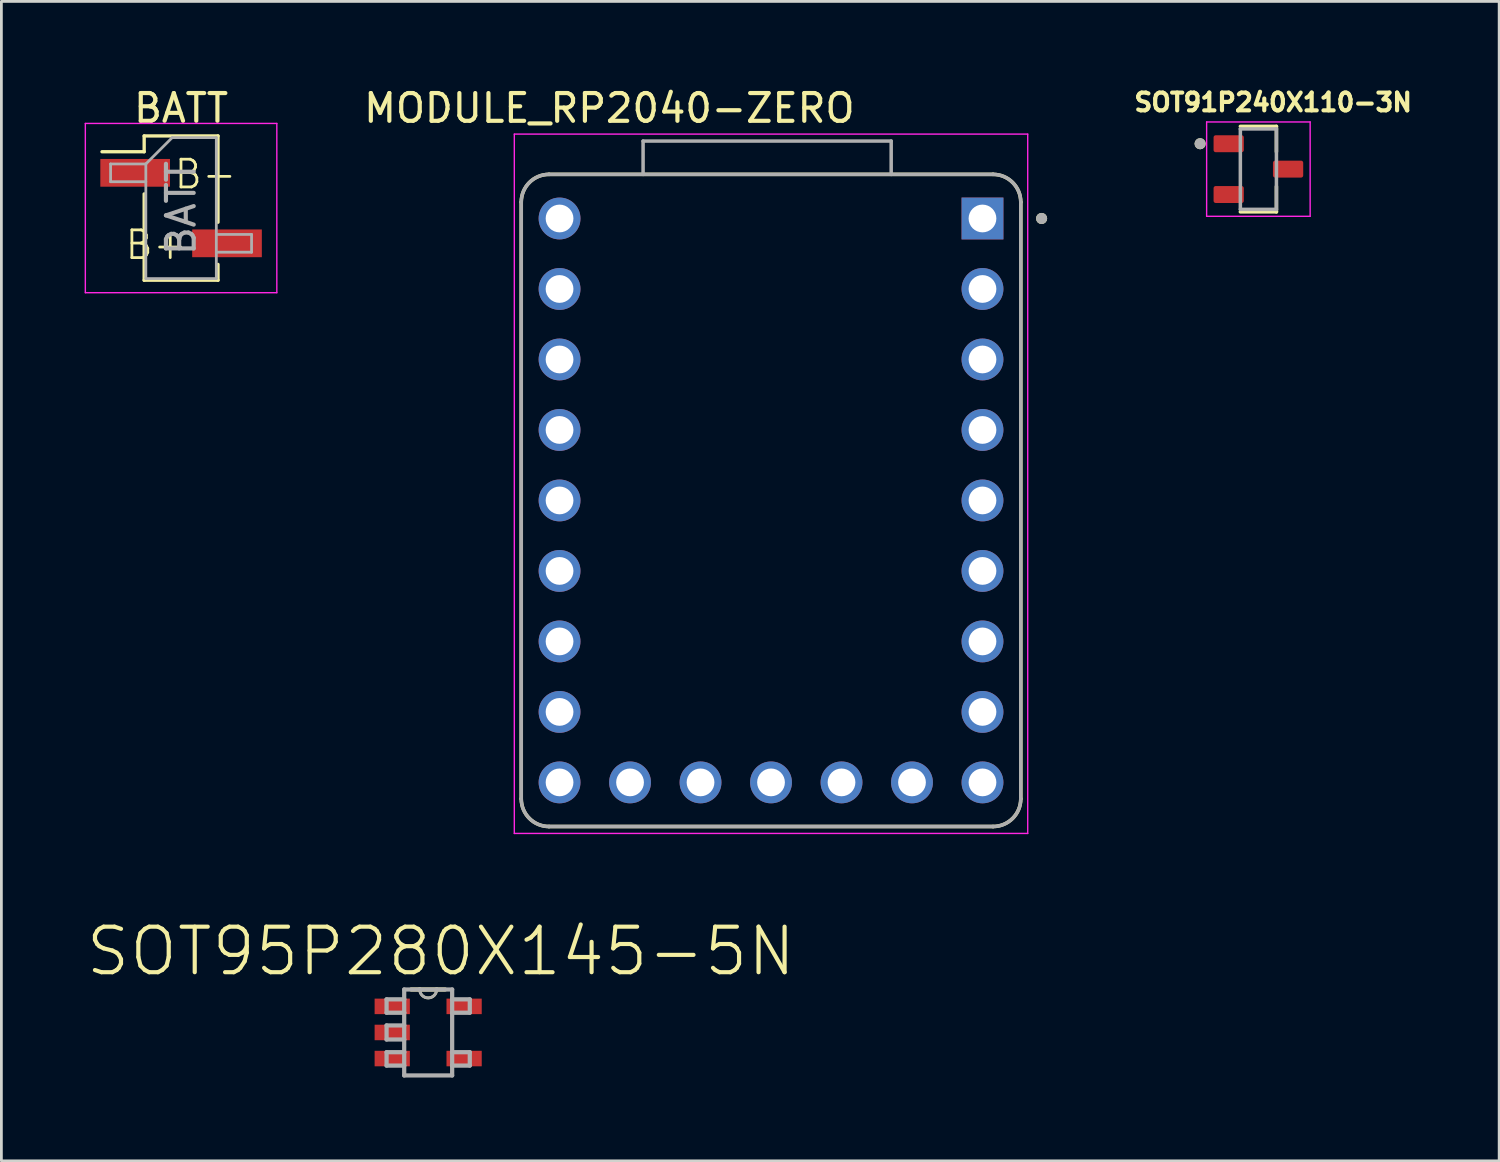
<source format=kicad_pcb>
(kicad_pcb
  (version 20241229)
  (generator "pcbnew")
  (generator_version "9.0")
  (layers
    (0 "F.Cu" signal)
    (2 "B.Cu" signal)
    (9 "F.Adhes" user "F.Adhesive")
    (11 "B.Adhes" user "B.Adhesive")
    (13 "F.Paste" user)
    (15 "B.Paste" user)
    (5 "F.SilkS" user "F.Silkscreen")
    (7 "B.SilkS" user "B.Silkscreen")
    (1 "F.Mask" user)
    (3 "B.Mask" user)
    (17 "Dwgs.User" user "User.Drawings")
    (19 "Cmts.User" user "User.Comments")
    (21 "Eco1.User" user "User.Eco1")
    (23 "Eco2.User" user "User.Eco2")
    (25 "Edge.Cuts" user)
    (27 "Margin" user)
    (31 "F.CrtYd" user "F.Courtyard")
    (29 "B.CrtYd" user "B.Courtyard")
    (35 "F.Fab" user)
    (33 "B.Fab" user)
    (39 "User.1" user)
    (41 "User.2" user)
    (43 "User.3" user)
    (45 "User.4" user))
  (footprint "BATT"
    (layer "F.Cu")
    (at 3.475 4.448)
    (property "Reference" "BATT" (at 0 -3.6 0) (layer "F.SilkS") (effects (font (size 1 1) (thickness 0.15))))
    (attr smd)
    (fp_line (start -1.33 -2.6) (end -1.33 -2.03) (stroke (width 0.12) (type solid)) (layer "F.SilkS"))
    (fp_line (start -1.33 -2.6) (end 1.33 -2.6) (stroke (width 0.12) (type solid)) (layer "F.SilkS"))
    (fp_line (start -1.33 -2.03) (end -2.85 -2.03) (stroke (width 0.12) (type solid)) (layer "F.SilkS"))
    (fp_line (start -1.33 -0.51) (end -1.33 2.6) (stroke (width 0.12) (type solid)) (layer "F.SilkS"))
    (fp_line (start -1.33 2.6) (end 1.33 2.6) (stroke (width 0.12) (type solid)) (layer "F.SilkS"))
    (fp_line (start 1.33 -2.6) (end 1.33 0.51) (stroke (width 0.12) (type solid)) (layer "F.SilkS"))
    (fp_line (start 1.33 2.03) (end 1.33 2.6) (stroke (width 0.12) (type solid)) (layer "F.SilkS"))
    (fp_line (start -3.45 -3.05) (end -3.45 3.05) (stroke (width 0.05) (type solid)) (layer "F.CrtYd"))
    (fp_line (start -3.45 3.05) (end 3.45 3.05) (stroke (width 0.05) (type solid)) (layer "F.CrtYd"))
    (fp_line (start 3.45 -3.05) (end -3.45 -3.05) (stroke (width 0.05) (type solid)) (layer "F.CrtYd"))
    (fp_line (start 3.45 3.05) (end 3.45 -3.05) (stroke (width 0.05) (type solid)) (layer "F.CrtYd"))
    (fp_line (start -2.54 -1.59) (end -2.54 -0.95) (stroke (width 0.1) (type solid)) (layer "F.Fab"))
    (fp_line (start -2.54 -0.95) (end -1.27 -0.95) (stroke (width 0.1) (type solid)) (layer "F.Fab"))
    (fp_line (start -1.27 -1.59) (end -2.54 -1.59) (stroke (width 0.1) (type solid)) (layer "F.Fab"))
    (fp_line (start -1.27 -1.59) (end -0.32 -2.54) (stroke (width 0.1) (type solid)) (layer "F.Fab"))
    (fp_line (start -1.27 2.54) (end -1.27 -1.59) (stroke (width 0.1) (type solid)) (layer "F.Fab"))
    (fp_line (start -0.32 -2.54) (end 1.27 -2.54) (stroke (width 0.1) (type solid)) (layer "F.Fab"))
    (fp_line (start 1.27 -2.54) (end 1.27 2.54) (stroke (width 0.1) (type solid)) (layer "F.Fab"))
    (fp_line (start 1.27 0.95) (end 2.54 0.95) (stroke (width 0.1) (type solid)) (layer "F.Fab"))
    (fp_line (start 1.27 2.54) (end -1.27 2.54) (stroke (width 0.1) (type solid)) (layer "F.Fab"))
    (fp_line (start 2.54 0.95) (end 2.54 1.59) (stroke (width 0.1) (type solid)) (layer "F.Fab"))
    (fp_line (start 2.54 1.59) (end 1.27 1.59) (stroke (width 0.1) (type solid)) (layer "F.Fab"))
    (fp_text user "B-" (at -0.307 -0.634 0) (unlocked yes) (layer "F.SilkS") (effects (font (size 1 1) (thickness 0.1)) (justify left bottom)))
    (fp_text user "B+" (at -2.076 1.912 0) (unlocked yes) (layer "F.SilkS") (effects (font (size 1 1) (thickness 0.1)) (justify left bottom)))
    (fp_text user "${REFERENCE}" (at 0 0 90) (layer "F.Fab") (effects (font (size 1 1) (thickness 0.15))))
    (pad "1" smd rect (at -1.655 -1.27) (size 2.51 1) (layers "F.Cu" "F.Mask" "F.Paste"))
    (pad "2" smd rect (at 1.655 1.27) (size 2.51 1) (layers "F.Cu" "F.Mask" "F.Paste")))
  (footprint "MODULE_RP2040-ZERO"
    (layer "F.Cu")
    (at 24.733 14.983)
    (property "Reference" "MODULE_RP2040-ZERO" (at -5.825 -14.135 0) (layer "F.SilkS") (effects (font (size 1 1) (thickness 0.15))))
    (attr through_hole)
    (fp_line (start -9 -10.75) (end -9 10.75) (stroke (width 0.127) (type solid)) (layer "F.SilkS"))
    (fp_line (start -8 11.75) (end 8 11.75) (stroke (width 0.127) (type solid)) (layer "F.SilkS"))
    (fp_line (start 8 -11.75) (end -8 -11.75) (stroke (width 0.127) (type solid)) (layer "F.SilkS"))
    (fp_line (start 9 10.75) (end 9 -10.75) (stroke (width 0.127) (type solid)) (layer "F.SilkS"))
    (fp_arc (start -9 -10.75) (mid -8.707107 -11.457107) (end -8 -11.75) (stroke (width 0.127) (type solid)) (layer "F.SilkS"))
    (fp_arc (start -8 11.75) (mid -8.707107 11.457107) (end -9 10.75) (stroke (width 0.127) (type solid)) (layer "F.SilkS"))
    (fp_arc (start 8 -11.75) (mid 8.707107 -11.457107) (end 9 -10.75) (stroke (width 0.127) (type solid)) (layer "F.SilkS"))
    (fp_arc (start 9 10.75) (mid 8.707107 11.457107) (end 8 11.75) (stroke (width 0.127) (type solid)) (layer "F.SilkS"))
    (fp_circle (center 9.75 -10.16) (end 9.85 -10.16) (stroke (width 0.2) (type solid)) (fill no) (layer "F.SilkS"))
    (fp_line (start -9.25 -13.2) (end -9.25 12) (stroke (width 0.05) (type solid)) (layer "F.CrtYd"))
    (fp_line (start -9.25 12) (end 9.25 12) (stroke (width 0.05) (type solid)) (layer "F.CrtYd"))
    (fp_line (start 9.25 -13.2) (end -9.25 -13.2) (stroke (width 0.05) (type solid)) (layer "F.CrtYd"))
    (fp_line (start 9.25 12) (end 9.25 -13.2) (stroke (width 0.05) (type solid)) (layer "F.CrtYd"))
    (fp_line (start -9 -10.75) (end -9 10.75) (stroke (width 0.127) (type solid)) (layer "F.Fab"))
    (fp_line (start -8 11.75) (end 8 11.75) (stroke (width 0.127) (type solid)) (layer "F.Fab"))
    (fp_line (start -4.61 -12.95) (end -4.61 -11.75) (stroke (width 0.127) (type solid)) (layer "F.Fab"))
    (fp_line (start -4.61 -12.95) (end 4.33 -12.95) (stroke (width 0.127) (type solid)) (layer "F.Fab"))
    (fp_line (start -4.61 -11.75) (end -8 -11.75) (stroke (width 0.127) (type solid)) (layer "F.Fab"))
    (fp_line (start 4.33 -12.95) (end 4.33 -11.75) (stroke (width 0.127) (type solid)) (layer "F.Fab"))
    (fp_line (start 4.33 -11.75) (end -4.61 -11.75) (stroke (width 0.127) (type solid)) (layer "F.Fab"))
    (fp_line (start 8 -11.75) (end 4.33 -11.75) (stroke (width 0.127) (type solid)) (layer "F.Fab"))
    (fp_line (start 9 10.75) (end 9 -10.75) (stroke (width 0.127) (type solid)) (layer "F.Fab"))
    (fp_arc (start -9 -10.75) (mid -8.707107 -11.457107) (end -8 -11.75) (stroke (width 0.127) (type solid)) (layer "F.Fab"))
    (fp_arc (start -8 11.75) (mid -8.707107 11.457107) (end -9 10.75) (stroke (width 0.127) (type solid)) (layer "F.Fab"))
    (fp_arc (start 8 -11.75) (mid 8.707107 -11.457107) (end 9 -10.75) (stroke (width 0.127) (type solid)) (layer "F.Fab"))
    (fp_arc (start 9 10.75) (mid 8.707107 11.457107) (end 8 11.75) (stroke (width 0.127) (type solid)) (layer "F.Fab"))
    (fp_circle (center 9.75 -10.16) (end 9.85 -10.16) (stroke (width 0.2) (type solid)) (fill no) (layer "F.Fab"))
    (pad "1" thru_hole rect (at 7.62 -10.16) (size 1.508 1.508) (drill 1) (layers "*.Cu" "*.Mask"))
    (pad "2" thru_hole circle (at 7.62 -7.62) (size 1.508 1.508) (drill 1) (layers "*.Cu" "*.Mask"))
    (pad "3" thru_hole circle (at 7.62 -5.08) (size 1.508 1.508) (drill 1) (layers "*.Cu" "*.Mask"))
    (pad "4" thru_hole circle (at 7.62 -2.54) (size 1.508 1.508) (drill 1) (layers "*.Cu" "*.Mask"))
    (pad "5" thru_hole circle (at 7.62 0) (size 1.508 1.508) (drill 1) (layers "*.Cu" "*.Mask"))
    (pad "6" thru_hole circle (at 7.62 2.54) (size 1.508 1.508) (drill 1) (layers "*.Cu" "*.Mask"))
    (pad "7" thru_hole circle (at 7.62 5.08) (size 1.508 1.508) (drill 1) (layers "*.Cu" "*.Mask"))
    (pad "8" thru_hole circle (at 7.62 7.62) (size 1.508 1.508) (drill 1) (layers "*.Cu" "*.Mask"))
    (pad "9" thru_hole circle (at 7.62 10.16) (size 1.508 1.508) (drill 1) (layers "*.Cu" "*.Mask"))
    (pad "10" thru_hole circle (at 5.08 10.16) (size 1.508 1.508) (drill 1) (layers "*.Cu" "*.Mask"))
    (pad "11" thru_hole circle (at 2.54 10.16) (size 1.508 1.508) (drill 1) (layers "*.Cu" "*.Mask"))
    (pad "12" thru_hole circle (at 0 10.16) (size 1.508 1.508) (drill 1) (layers "*.Cu" "*.Mask"))
    (pad "13" thru_hole circle (at -2.54 10.16) (size 1.508 1.508) (drill 1) (layers "*.Cu" "*.Mask"))
    (pad "14" thru_hole circle (at -5.08 10.16) (size 1.508 1.508) (drill 1) (layers "*.Cu" "*.Mask"))
    (pad "15" thru_hole circle (at -7.62 10.16) (size 1.508 1.508) (drill 1) (layers "*.Cu" "*.Mask"))
    (pad "16" thru_hole circle (at -7.62 7.62) (size 1.508 1.508) (drill 1) (layers "*.Cu" "*.Mask"))
    (pad "17" thru_hole circle (at -7.62 5.08) (size 1.508 1.508) (drill 1) (layers "*.Cu" "*.Mask"))
    (pad "18" thru_hole circle (at -7.62 2.54) (size 1.508 1.508) (drill 1) (layers "*.Cu" "*.Mask"))
    (pad "19" thru_hole circle (at -7.62 0) (size 1.508 1.508) (drill 1) (layers "*.Cu" "*.Mask"))
    (pad "20" thru_hole circle (at -7.62 -2.54) (size 1.508 1.508) (drill 1) (layers "*.Cu" "*.Mask"))
    (pad "21" thru_hole circle (at -7.62 -5.08) (size 1.508 1.508) (drill 1) (layers "*.Cu" "*.Mask"))
    (pad "22" thru_hole circle (at -7.62 -7.62) (size 1.508 1.508) (drill 1) (layers "*.Cu" "*.Mask"))
    (pad "23" thru_hole circle (at -7.62 -10.16) (size 1.508 1.508) (drill 1) (layers "*.Cu" "*.Mask")))
  (footprint "SOT95P280X145-5N"
    (layer "F.Cu")
    (at 12.379 34.154)
    (property "Reference" "SOT95P280X145-5N" (at 0.457 -2.923 0) (layer "F.SilkS") (effects (font (size 1.641 1.641) (thickness 0.15))))
    (attr smd)
    (fp_line (start -0.305 -1.549) (end -0.61 -1.549) (stroke (width 0.152) (type solid)) (layer "F.SilkS"))
    (fp_line (start 0.305 -1.549) (end -0.305 -1.549) (stroke (width 0.152) (type solid)) (layer "F.SilkS"))
    (fp_line (start 0.61 -1.549) (end 0.305 -1.549) (stroke (width 0.152) (type solid)) (layer "F.SilkS"))
    (fp_arc (start 0.3048 -1.5494) (mid 0 -1.2446) (end -0.3048 -1.5494) (stroke (width 0.1) (type solid)) (layer "F.SilkS"))
    (fp_line (start -1.499 -1.194) (end -1.499 -0.711) (stroke (width 0.152) (type solid)) (layer "F.Fab"))
    (fp_line (start -1.499 -0.711) (end -0.864 -0.711) (stroke (width 0.152) (type solid)) (layer "F.Fab"))
    (fp_line (start -1.499 -0.254) (end -1.499 0.254) (stroke (width 0.152) (type solid)) (layer "F.Fab"))
    (fp_line (start -1.499 0.254) (end -0.864 0.254) (stroke (width 0.152) (type solid)) (layer "F.Fab"))
    (fp_line (start -1.499 0.711) (end -1.499 1.194) (stroke (width 0.152) (type solid)) (layer "F.Fab"))
    (fp_line (start -1.499 1.194) (end -0.864 1.194) (stroke (width 0.152) (type solid)) (layer "F.Fab"))
    (fp_line (start -0.864 -1.549) (end -0.864 -1.194) (stroke (width 0.152) (type solid)) (layer "F.Fab"))
    (fp_line (start -0.864 -1.194) (end -1.499 -1.194) (stroke (width 0.152) (type solid)) (layer "F.Fab"))
    (fp_line (start -0.864 -1.194) (end -0.864 -0.711) (stroke (width 0.152) (type solid)) (layer "F.Fab"))
    (fp_line (start -0.864 -0.711) (end -0.864 -0.254) (stroke (width 0.152) (type solid)) (layer "F.Fab"))
    (fp_line (start -0.864 -0.254) (end -1.499 -0.254) (stroke (width 0.152) (type solid)) (layer "F.Fab"))
    (fp_line (start -0.864 -0.254) (end -0.864 0.254) (stroke (width 0.152) (type solid)) (layer "F.Fab"))
    (fp_line (start -0.864 0.254) (end -0.864 0.711) (stroke (width 0.152) (type solid)) (layer "F.Fab"))
    (fp_line (start -0.864 0.711) (end -1.499 0.711) (stroke (width 0.152) (type solid)) (layer "F.Fab"))
    (fp_line (start -0.864 1.194) (end -0.864 0.711) (stroke (width 0.152) (type solid)) (layer "F.Fab"))
    (fp_line (start -0.864 1.549) (end -0.864 1.194) (stroke (width 0.152) (type solid)) (layer "F.Fab"))
    (fp_line (start -0.864 1.549) (end 0.864 1.549) (stroke (width 0.152) (type solid)) (layer "F.Fab"))
    (fp_line (start -0.305 -1.549) (end -0.864 -1.549) (stroke (width 0.152) (type solid)) (layer "F.Fab"))
    (fp_line (start 0.305 -1.549) (end -0.305 -1.549) (stroke (width 0.152) (type solid)) (layer "F.Fab"))
    (fp_line (start 0.864 -1.549) (end 0.305 -1.549) (stroke (width 0.152) (type solid)) (layer "F.Fab"))
    (fp_line (start 0.864 -1.549) (end 0.864 -1.194) (stroke (width 0.152) (type solid)) (layer "F.Fab"))
    (fp_line (start 0.864 -1.194) (end 0.864 -0.711) (stroke (width 0.152) (type solid)) (layer "F.Fab"))
    (fp_line (start 0.864 -0.711) (end 1.499 -0.711) (stroke (width 0.152) (type solid)) (layer "F.Fab"))
    (fp_line (start 0.864 0.711) (end 0.864 -0.711) (stroke (width 0.152) (type solid)) (layer "F.Fab"))
    (fp_line (start 0.864 1.194) (end 0.864 0.711) (stroke (width 0.152) (type solid)) (layer "F.Fab"))
    (fp_line (start 0.864 1.194) (end 1.499 1.194) (stroke (width 0.152) (type solid)) (layer "F.Fab"))
    (fp_line (start 0.864 1.549) (end 0.864 1.194) (stroke (width 0.152) (type solid)) (layer "F.Fab"))
    (fp_line (start 1.499 -1.194) (end 0.864 -1.194) (stroke (width 0.152) (type solid)) (layer "F.Fab"))
    (fp_line (start 1.499 -0.711) (end 1.499 -1.194) (stroke (width 0.152) (type solid)) (layer "F.Fab"))
    (fp_line (start 1.499 0.711) (end 0.864 0.711) (stroke (width 0.152) (type solid)) (layer "F.Fab"))
    (fp_line (start 1.499 1.194) (end 1.499 0.711) (stroke (width 0.152) (type solid)) (layer "F.Fab"))
    (fp_arc (start 0.3048 -1.5494) (mid 0 -1.2446) (end -0.3048 -1.5494) (stroke (width 0.1) (type solid)) (layer "F.Fab"))
    (pad "1" smd rect (at -1.295 -0.94) (size 1.27 0.559) (layers "F.Cu" "F.Mask" "F.Paste"))
    (pad "2" smd rect (at -1.295 0) (size 1.27 0.559) (layers "F.Cu" "F.Mask" "F.Paste"))
    (pad "3" smd rect (at -1.295 0.94) (size 1.27 0.559) (layers "F.Cu" "F.Mask" "F.Paste"))
    (pad "4" smd rect (at 1.295 0.94) (size 1.27 0.559) (layers "F.Cu" "F.Mask" "F.Paste"))
    (pad "5" smd rect (at 1.295 -0.94) (size 1.27 0.559) (layers "F.Cu" "F.Mask" "F.Paste")))
  (footprint "SOT91P240X110-3N"
    (layer "F.Cu")
    (at 42.295 3.044)
    (property "Reference" "SOT91P240X110-3N" (at 0.532 -2.406 0) (layer "F.SilkS") (effects (font (size 0.64 0.64) (thickness 0.15))))
    (attr smd)
    (fp_line (start -0.65 -1.54) (end 0.65 -1.54) (stroke (width 0.127) (type solid)) (layer "F.SilkS"))
    (fp_line (start -0.65 1.54) (end 0.65 1.54) (stroke (width 0.127) (type solid)) (layer "F.SilkS"))
    (fp_line (start 0.65 -1.54) (end 0.65 -0.625) (stroke (width 0.127) (type solid)) (layer "F.SilkS"))
    (fp_line (start 0.65 1.54) (end 0.65 0.625) (stroke (width 0.127) (type solid)) (layer "F.SilkS"))
    (fp_circle (center -2.1 -0.915) (end -2 -0.915) (stroke (width 0.2) (type solid)) (fill no) (layer "F.SilkS"))
    (fp_line (start -1.865 -1.7) (end 1.865 -1.7) (stroke (width 0.05) (type solid)) (layer "F.CrtYd"))
    (fp_line (start -1.865 1.7) (end -1.865 -1.7) (stroke (width 0.05) (type solid)) (layer "F.CrtYd"))
    (fp_line (start 1.865 1.7) (end -1.865 1.7) (stroke (width 0.05) (type solid)) (layer "F.CrtYd"))
    (fp_line (start 1.865 1.7) (end 1.865 -1.7) (stroke (width 0.05) (type solid)) (layer "F.CrtYd"))
    (fp_line (start -0.65 -1.45) (end 0.65 -1.45) (stroke (width 0.127) (type solid)) (layer "F.Fab"))
    (fp_line (start -0.65 1.45) (end -0.65 -1.45) (stroke (width 0.127) (type solid)) (layer "F.Fab"))
    (fp_line (start 0.65 -1.45) (end 0.65 1.45) (stroke (width 0.127) (type solid)) (layer "F.Fab"))
    (fp_line (start 0.65 1.45) (end -0.65 1.45) (stroke (width 0.127) (type solid)) (layer "F.Fab"))
    (fp_circle (center -2.1 -0.915) (end -2 -0.915) (stroke (width 0.2) (type solid)) (fill no) (layer "F.Fab"))
    (pad "1" smd roundrect (at -1.07 -0.915) (size 1.09 0.61) (layers "F.Cu" "F.Mask" "F.Paste") (roundrect_rratio 0.125))
    (pad "2" smd roundrect (at -1.07 0.915) (size 1.09 0.61) (layers "F.Cu" "F.Mask" "F.Paste") (roundrect_rratio 0.125))
    (pad "3" smd roundrect (at 1.07 0) (size 1.09 0.61) (layers "F.Cu" "F.Mask" "F.Paste") (roundrect_rratio 0.125)))
  (gr_rect
    (start -3 -3)
    (end 50.971 38.78)
    (stroke (width 0.1) (type default))
    (fill no)
    (layer "Edge.Cuts")))
</source>
